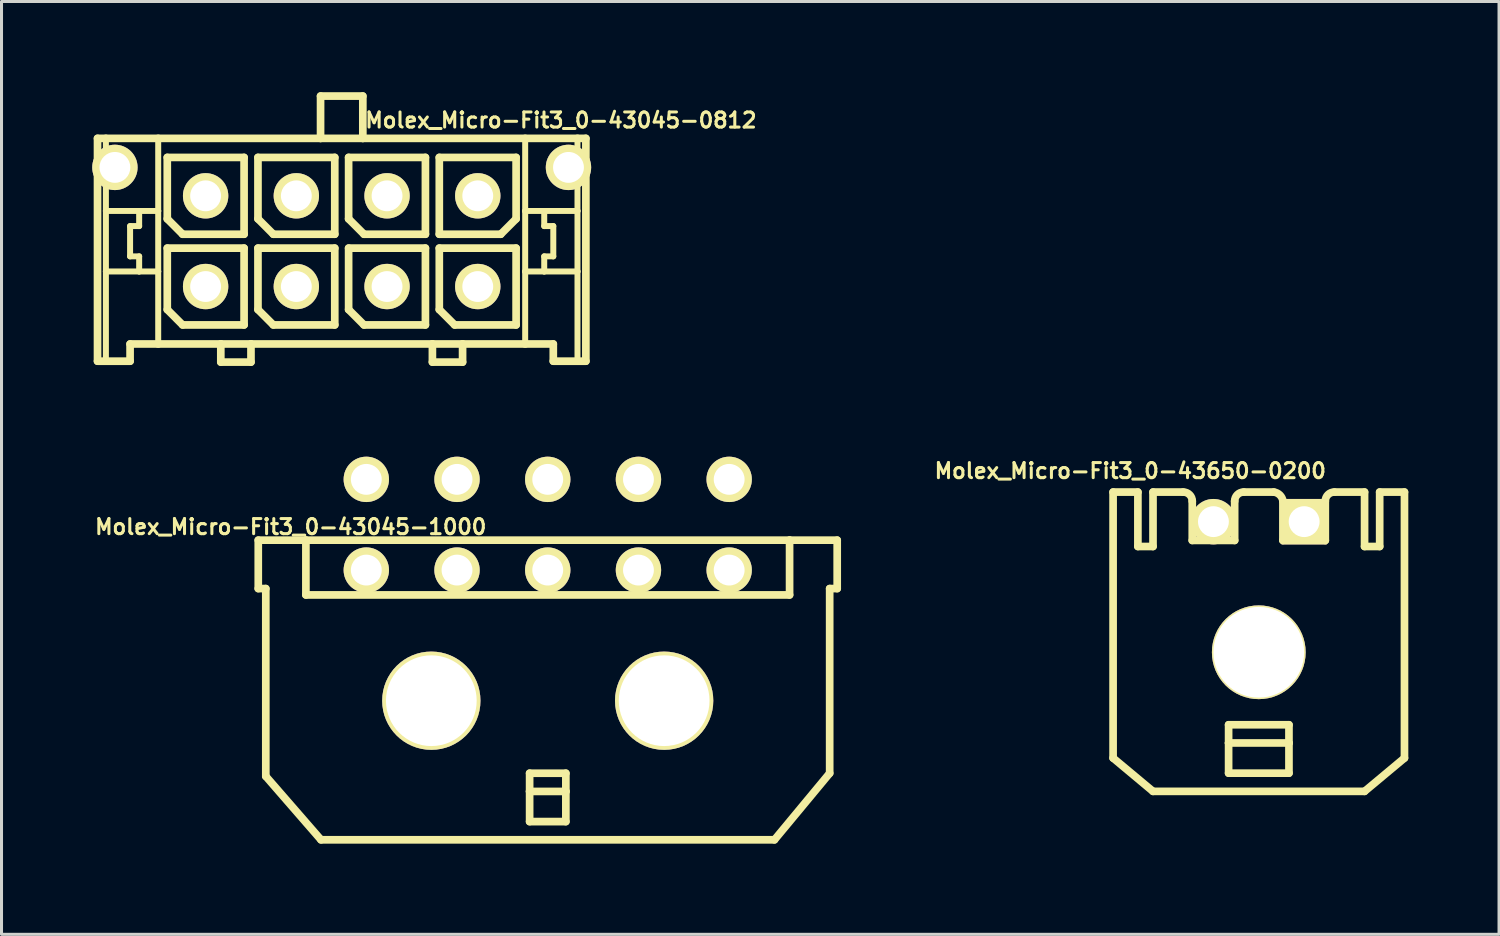
<source format=kicad_pcb>
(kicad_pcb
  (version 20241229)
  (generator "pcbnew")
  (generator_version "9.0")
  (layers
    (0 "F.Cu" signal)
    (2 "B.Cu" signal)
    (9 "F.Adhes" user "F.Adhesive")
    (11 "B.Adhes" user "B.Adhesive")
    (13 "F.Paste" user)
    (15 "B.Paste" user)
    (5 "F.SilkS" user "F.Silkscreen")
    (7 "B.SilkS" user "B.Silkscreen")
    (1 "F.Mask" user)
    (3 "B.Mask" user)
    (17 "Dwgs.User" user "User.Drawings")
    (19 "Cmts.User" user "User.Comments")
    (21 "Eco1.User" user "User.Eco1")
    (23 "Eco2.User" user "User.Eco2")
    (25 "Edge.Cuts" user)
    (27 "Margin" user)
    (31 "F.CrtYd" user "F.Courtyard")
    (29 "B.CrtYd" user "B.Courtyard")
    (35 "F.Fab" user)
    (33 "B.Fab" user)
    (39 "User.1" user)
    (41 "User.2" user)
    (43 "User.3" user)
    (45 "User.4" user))
  (footprint "Molex_Micro-Fit3_0-43650-0200"
    (layer "F.Cu")
    (at 38.579 18.521)
    (property "Reference" "Molex_Micro-Fit3_0-43650-0200" (at -4.25 -6 180) (layer "F.SilkS") (effects (font (size 0.5 0.5) (thickness 0.1))))
    (attr exclude_from_pos_files exclude_from_bom)
    (fp_line (start -4.818 -5.298) (end -3.998 -5.298) (stroke (width 0.254) (type solid)) (layer "F.SilkS"))
    (fp_line (start -4.818 3.498) (end -4.818 -5.298) (stroke (width 0.254) (type solid)) (layer "F.SilkS"))
    (fp_line (start -4.818 3.498) (end -3.498 4.6) (stroke (width 0.254) (type solid)) (layer "F.SilkS"))
    (fp_line (start -3.998 -5.298) (end -3.998 -3.498) (stroke (width 0.254) (type solid)) (layer "F.SilkS"))
    (fp_line (start -3.998 -3.498) (end -3.498 -3.498) (stroke (width 0.254) (type solid)) (layer "F.SilkS"))
    (fp_line (start -3.498 -5.298) (end -2.499 -5.298) (stroke (width 0.254) (type solid)) (layer "F.SilkS"))
    (fp_line (start -3.498 -3.498) (end -3.498 -5.298) (stroke (width 0.254) (type solid)) (layer "F.SilkS"))
    (fp_line (start -2.2 -3.698) (end -2.2 -4.999) (stroke (width 0.254) (type solid)) (layer "F.SilkS"))
    (fp_line (start -2.2 -3.698) (end -0.798 -3.698) (stroke (width 0.254) (type solid)) (layer "F.SilkS"))
    (fp_line (start -0.998 2.398) (end 0.998 2.398) (stroke (width 0.254) (type solid)) (layer "F.SilkS"))
    (fp_line (start -0.998 3) (end -0.998 2.398) (stroke (width 0.254) (type solid)) (layer "F.SilkS"))
    (fp_line (start -0.998 3) (end 0.998 3) (stroke (width 0.254) (type solid)) (layer "F.SilkS"))
    (fp_line (start -0.998 3.998) (end -0.998 3) (stroke (width 0.254) (type solid)) (layer "F.SilkS"))
    (fp_line (start -0.798 -3.698) (end -0.798 -4.999) (stroke (width 0.254) (type solid)) (layer "F.SilkS"))
    (fp_line (start -0.498 -5.298) (end 0.498 -5.298) (stroke (width 0.254) (type solid)) (layer "F.SilkS"))
    (fp_line (start 0.798 -4.999) (end 0.798 -3.698) (stroke (width 0.254) (type solid)) (layer "F.SilkS"))
    (fp_line (start 0.798 -3.698) (end 2.2 -3.698) (stroke (width 0.254) (type solid)) (layer "F.SilkS"))
    (fp_line (start 0.998 2.398) (end 0.998 3) (stroke (width 0.254) (type solid)) (layer "F.SilkS"))
    (fp_line (start 0.998 3) (end 0.998 3.998) (stroke (width 0.254) (type solid)) (layer "F.SilkS"))
    (fp_line (start 0.998 3.998) (end -0.998 3.998) (stroke (width 0.254) (type solid)) (layer "F.SilkS"))
    (fp_line (start 2.2 -3.698) (end 2.2 -4.999) (stroke (width 0.254) (type solid)) (layer "F.SilkS"))
    (fp_line (start 2.499 -5.298) (end 3.498 -5.298) (stroke (width 0.254) (type solid)) (layer "F.SilkS"))
    (fp_line (start 3.498 -3.498) (end 3.498 -5.298) (stroke (width 0.254) (type solid)) (layer "F.SilkS"))
    (fp_line (start 3.498 4.6) (end -3.498 4.6) (stroke (width 0.254) (type solid)) (layer "F.SilkS"))
    (fp_line (start 3.998 -5.298) (end 3.998 -3.498) (stroke (width 0.254) (type solid)) (layer "F.SilkS"))
    (fp_line (start 3.998 -5.298) (end 4.818 -5.298) (stroke (width 0.254) (type solid)) (layer "F.SilkS"))
    (fp_line (start 3.998 -3.498) (end 3.498 -3.498) (stroke (width 0.254) (type solid)) (layer "F.SilkS"))
    (fp_line (start 4.818 -5.298) (end 4.818 3.498) (stroke (width 0.254) (type solid)) (layer "F.SilkS"))
    (fp_line (start 4.818 3.498) (end 3.498 4.6) (stroke (width 0.254) (type solid)) (layer "F.SilkS"))
    (fp_arc (start -2.49936 -5.29844) (mid -2.287426 -5.210654) (end -2.19964 -4.99872) (stroke (width 0.254) (type solid)) (layer "F.SilkS"))
    (fp_arc (start -0.79756 -4.99872) (mid -0.709774 -5.210654) (end -0.49784 -5.29844) (stroke (width 0.254) (type solid)) (layer "F.SilkS"))
    (fp_arc (start 0.49784 -5.29844) (mid 0.698413 -5.199466) (end 0.799556 -4.999979) (stroke (width 0.254) (type solid)) (layer "F.SilkS"))
    (fp_arc (start 2.19964 -4.99872) (mid 2.287426 -5.210654) (end 2.49936 -5.29844) (stroke (width 0.254) (type solid)) (layer "F.SilkS"))
    (pad "1" thru_hole rect (at 1.5 -4.32) (size 1.5 1.5) (drill 1.02) (layers "*.Cu" "*.Mask" "F.SilkS" "F.Paste"))
    (pad "2" thru_hole circle (at -1.5 -4.32) (size 1.5 1.5) (drill 1.02) (layers "*.Cu" "*.Mask" "F.SilkS" "F.Paste"))
    (pad "3" thru_hole circle (at 0 0) (size 3.1 3.1) (drill 3) (layers "*.Cu" "*.Mask" "F.SilkS" "F.Paste")))
  (footprint "Molex_Micro-Fit3_0-43045-1000"
    (layer "F.Cu")
    (at 15.064 20.123)
    (property "Reference" "Molex_Micro-Fit3_0-43045-1000" (at -8.5 -5.75 0) (layer "F.SilkS") (effects (font (size 0.5 0.5) (thickness 0.1))))
    (attr exclude_from_pos_files exclude_from_bom)
    (fp_line (start -9.573 -5.309) (end -9.573 -3.708) (stroke (width 0.254) (type solid)) (layer "F.SilkS"))
    (fp_line (start -9.573 -3.708) (end -9.324 -3.708) (stroke (width 0.254) (type solid)) (layer "F.SilkS"))
    (fp_line (start -9.324 2.499) (end -9.324 -3.708) (stroke (width 0.254) (type solid)) (layer "F.SilkS"))
    (fp_line (start -9.324 2.499) (end -7.498 4.6) (stroke (width 0.254) (type solid)) (layer "F.SilkS"))
    (fp_line (start -7.998 -5.309) (end -9.573 -5.309) (stroke (width 0.254) (type solid)) (layer "F.SilkS"))
    (fp_line (start -7.998 -5.309) (end -7.998 -3.498) (stroke (width 0.254) (type solid)) (layer "F.SilkS"))
    (fp_line (start -7.998 -5.309) (end 7.998 -5.309) (stroke (width 0.254) (type solid)) (layer "F.SilkS"))
    (fp_line (start -7.998 -3.498) (end 7.998 -3.498) (stroke (width 0.254) (type solid)) (layer "F.SilkS"))
    (fp_line (start -4.829 -5.309) (end -7.998 -5.309) (stroke (width 0.127) (type solid)) (layer "F.SilkS"))
    (fp_line (start -4.823 -5.309) (end -7.998 -5.309) (stroke (width 0.127) (type solid)) (layer "F.SilkS"))
    (fp_line (start -0.599 2.398) (end 0.599 2.398) (stroke (width 0.254) (type solid)) (layer "F.SilkS"))
    (fp_line (start -0.599 3) (end -0.599 2.398) (stroke (width 0.254) (type solid)) (layer "F.SilkS"))
    (fp_line (start -0.599 3) (end 0.599 3) (stroke (width 0.254) (type solid)) (layer "F.SilkS"))
    (fp_line (start -0.599 3.998) (end -0.599 3) (stroke (width 0.254) (type solid)) (layer "F.SilkS"))
    (fp_line (start 0.599 2.398) (end 0.599 3) (stroke (width 0.254) (type solid)) (layer "F.SilkS"))
    (fp_line (start 0.599 3) (end 0.599 3.998) (stroke (width 0.254) (type solid)) (layer "F.SilkS"))
    (fp_line (start 0.599 3.998) (end -0.599 3.998) (stroke (width 0.254) (type solid)) (layer "F.SilkS"))
    (fp_line (start 7.498 4.6) (end -7.498 4.6) (stroke (width 0.254) (type solid)) (layer "F.SilkS"))
    (fp_line (start 7.998 -5.309) (end 9.573 -5.309) (stroke (width 0.254) (type solid)) (layer "F.SilkS"))
    (fp_line (start 7.998 -3.498) (end 7.998 -5.309) (stroke (width 0.254) (type solid)) (layer "F.SilkS"))
    (fp_line (start 9.324 -3.708) (end 9.324 2.398) (stroke (width 0.254) (type solid)) (layer "F.SilkS"))
    (fp_line (start 9.324 2.398) (end 7.498 4.6) (stroke (width 0.254) (type solid)) (layer "F.SilkS"))
    (fp_line (start 9.573 -5.309) (end 9.573 -3.708) (stroke (width 0.254) (type solid)) (layer "F.SilkS"))
    (fp_line (start 9.573 -3.708) (end 9.324 -3.708) (stroke (width 0.254) (type solid)) (layer "F.SilkS"))
    (pad "1" thru_hole circle (at 6 -4.32) (size 1.5 1.5) (drill 1.02) (layers "*.Cu" "F.Mask" "F.SilkS" "F.Paste"))
    (pad "2" thru_hole circle (at 3 -4.32) (size 1.5 1.5) (drill 1.02) (layers "*.Cu" "F.Mask" "F.SilkS" "F.Paste"))
    (pad "3" thru_hole circle (at 0 -4.32) (size 1.5 1.5) (drill 1.02) (layers "*.Cu" "F.Mask" "F.SilkS" "F.Paste"))
    (pad "4" thru_hole circle (at -3 -4.32) (size 1.5 1.5) (drill 1.02) (layers "*.Cu" "F.Mask" "F.SilkS" "F.Paste"))
    (pad "5" thru_hole circle (at -6 -4.32) (size 1.5 1.5) (drill 1.02) (layers "*.Cu" "F.Mask" "F.SilkS" "F.Paste"))
    (pad "6" thru_hole circle (at 6 -7.32) (size 1.5 1.5) (drill 1.02) (layers "*.Cu" "F.Mask" "F.SilkS" "F.Paste"))
    (pad "7" thru_hole circle (at 3 -7.32) (size 1.5 1.5) (drill 1.02) (layers "*.Cu" "F.Mask" "F.SilkS" "F.Paste"))
    (pad "8" thru_hole circle (at 0 -7.32) (size 1.5 1.5) (drill 1.02) (layers "*.Cu" "F.Mask" "F.SilkS" "F.Paste"))
    (pad "9" thru_hole circle (at -3 -7.32) (size 1.5 1.5) (drill 1.02) (layers "*.Cu" "F.Mask" "F.SilkS" "F.Paste"))
    (pad "10" thru_hole circle (at -6 -7.32) (size 1.5 1.5) (drill 1.02) (layers "*.Cu" "F.Mask" "F.SilkS" "F.Paste"))
    (pad "TAB" thru_hole circle (at -3.85 0) (size 3.25 3.25) (drill 3) (layers "*.Cu" "F.Mask" "F.SilkS" "F.Paste"))
    (pad "TAB" thru_hole circle (at 3.85 0) (size 3.25 3.25) (drill 3) (layers "*.Cu" "F.Mask" "F.SilkS" "F.Paste")))
  (footprint "Molex_Micro-Fit3_0-43045-0812"
    (layer "F.Cu")
    (at 8.25 4.926)
    (property "Reference" "Molex_Micro-Fit3_0-43045-0812" (at 7.25 -4 0) (layer "F.SilkS") (effects (font (size 0.5 0.5) (thickness 0.1))))
    (attr exclude_from_pos_files exclude_from_bom)
    (fp_line (start -8.075 -3.4) (end -7.798 -3.4) (stroke (width 0.254) (type solid)) (layer "F.SilkS"))
    (fp_line (start -8.075 3.969) (end -8.075 -3.4) (stroke (width 0.254) (type solid)) (layer "F.SilkS"))
    (fp_line (start -7.798 -3.4) (end -6.068 -3.4) (stroke (width 0.254) (type solid)) (layer "F.SilkS"))
    (fp_line (start -7.798 -0.999) (end -7.798 -3.4) (stroke (width 0.198) (type solid)) (layer "F.SilkS"))
    (fp_line (start -7.798 1.002) (end -7.798 -0.999) (stroke (width 0.198) (type solid)) (layer "F.SilkS"))
    (fp_line (start -7.798 3.969) (end -8.075 3.969) (stroke (width 0.254) (type solid)) (layer "F.SilkS"))
    (fp_line (start -7.798 3.969) (end -7.798 1.002) (stroke (width 0.198) (type solid)) (layer "F.SilkS"))
    (fp_line (start -6.998 -0.499) (end -6.998 0.502) (stroke (width 0.198) (type solid)) (layer "F.SilkS"))
    (fp_line (start -6.998 0.502) (end -6.698 0.502) (stroke (width 0.198) (type solid)) (layer "F.SilkS"))
    (fp_line (start -6.998 3.4) (end -6.998 3.969) (stroke (width 0.254) (type solid)) (layer "F.SilkS"))
    (fp_line (start -6.998 3.969) (end -7.798 3.969) (stroke (width 0.254) (type solid)) (layer "F.SilkS"))
    (fp_line (start -6.698 -0.999) (end -7.798 -0.999) (stroke (width 0.198) (type solid)) (layer "F.SilkS"))
    (fp_line (start -6.698 -0.999) (end -6.698 -0.499) (stroke (width 0.198) (type solid)) (layer "F.SilkS"))
    (fp_line (start -6.698 -0.499) (end -6.998 -0.499) (stroke (width 0.198) (type solid)) (layer "F.SilkS"))
    (fp_line (start -6.698 0.502) (end -6.698 1.002) (stroke (width 0.198) (type solid)) (layer "F.SilkS"))
    (fp_line (start -6.698 1.002) (end -7.798 1.002) (stroke (width 0.198) (type solid)) (layer "F.SilkS"))
    (fp_line (start -6.068 -3.4) (end -0.699 -3.4) (stroke (width 0.254) (type solid)) (layer "F.SilkS"))
    (fp_line (start -6.068 -0.999) (end -6.698 -0.999) (stroke (width 0.198) (type solid)) (layer "F.SilkS"))
    (fp_line (start -6.068 -0.999) (end -6.068 -3.4) (stroke (width 0.198) (type solid)) (layer "F.SilkS"))
    (fp_line (start -6.068 1.002) (end -6.698 1.002) (stroke (width 0.198) (type solid)) (layer "F.SilkS"))
    (fp_line (start -6.068 1.002) (end -6.068 -0.999) (stroke (width 0.198) (type solid)) (layer "F.SilkS"))
    (fp_line (start -6.068 3.4) (end -6.998 3.4) (stroke (width 0.254) (type solid)) (layer "F.SilkS"))
    (fp_line (start -6.068 3.4) (end -6.068 1.002) (stroke (width 0.198) (type solid)) (layer "F.SilkS"))
    (fp_line (start -5.768 -2.77) (end -3.228 -2.77) (stroke (width 0.254) (type solid)) (layer "F.SilkS"))
    (fp_line (start -5.768 -0.738) (end -5.768 -2.77) (stroke (width 0.254) (type solid)) (layer "F.SilkS"))
    (fp_line (start -5.768 0.23) (end -3.228 0.23) (stroke (width 0.254) (type solid)) (layer "F.SilkS"))
    (fp_line (start -5.768 2.262) (end -5.768 0.23) (stroke (width 0.254) (type solid)) (layer "F.SilkS"))
    (fp_line (start -5.26 -0.23) (end -5.768 -0.738) (stroke (width 0.254) (type solid)) (layer "F.SilkS"))
    (fp_line (start -5.26 2.77) (end -5.768 2.262) (stroke (width 0.254) (type solid)) (layer "F.SilkS"))
    (fp_line (start -3.998 3.4) (end -6.068 3.4) (stroke (width 0.254) (type solid)) (layer "F.SilkS"))
    (fp_line (start -3.998 3.4) (end -3.998 3.999) (stroke (width 0.254) (type solid)) (layer "F.SilkS"))
    (fp_line (start -3.998 3.999) (end -3 3.999) (stroke (width 0.254) (type solid)) (layer "F.SilkS"))
    (fp_line (start -3.228 -2.77) (end -3.228 -0.23) (stroke (width 0.254) (type solid)) (layer "F.SilkS"))
    (fp_line (start -3.228 -0.23) (end -5.26 -0.23) (stroke (width 0.254) (type solid)) (layer "F.SilkS"))
    (fp_line (start -3.228 0.23) (end -3.228 2.77) (stroke (width 0.254) (type solid)) (layer "F.SilkS"))
    (fp_line (start -3.228 2.77) (end -5.26 2.77) (stroke (width 0.254) (type solid)) (layer "F.SilkS"))
    (fp_line (start -3 3.4) (end -3.998 3.4) (stroke (width 0.254) (type solid)) (layer "F.SilkS"))
    (fp_line (start -3 3.999) (end -3 3.4) (stroke (width 0.254) (type solid)) (layer "F.SilkS"))
    (fp_line (start -2.769 -2.77) (end -0.229 -2.77) (stroke (width 0.254) (type solid)) (layer "F.SilkS"))
    (fp_line (start -2.769 -0.738) (end -2.769 -2.77) (stroke (width 0.254) (type solid)) (layer "F.SilkS"))
    (fp_line (start -2.769 0.23) (end -0.229 0.23) (stroke (width 0.254) (type solid)) (layer "F.SilkS"))
    (fp_line (start -2.769 2.262) (end -2.769 0.23) (stroke (width 0.254) (type solid)) (layer "F.SilkS"))
    (fp_line (start -2.261 -0.23) (end -2.769 -0.738) (stroke (width 0.254) (type solid)) (layer "F.SilkS"))
    (fp_line (start -2.261 2.77) (end -2.769 2.262) (stroke (width 0.254) (type solid)) (layer "F.SilkS"))
    (fp_line (start -0.699 -4.799) (end -0.699 -3.4) (stroke (width 0.254) (type solid)) (layer "F.SilkS"))
    (fp_line (start -0.699 -4.799) (end 0.699 -4.799) (stroke (width 0.254) (type solid)) (layer "F.SilkS"))
    (fp_line (start -0.699 -3.4) (end 0.699 -3.4) (stroke (width 0.254) (type solid)) (layer "F.SilkS"))
    (fp_line (start -0.229 -2.77) (end -0.229 -0.23) (stroke (width 0.254) (type solid)) (layer "F.SilkS"))
    (fp_line (start -0.229 -0.23) (end -2.261 -0.23) (stroke (width 0.254) (type solid)) (layer "F.SilkS"))
    (fp_line (start -0.229 0.23) (end -0.229 2.77) (stroke (width 0.254) (type solid)) (layer "F.SilkS"))
    (fp_line (start -0.229 2.77) (end -2.261 2.77) (stroke (width 0.254) (type solid)) (layer "F.SilkS"))
    (fp_line (start 0.229 -2.77) (end 2.769 -2.77) (stroke (width 0.254) (type solid)) (layer "F.SilkS"))
    (fp_line (start 0.229 -0.738) (end 0.229 -2.77) (stroke (width 0.254) (type solid)) (layer "F.SilkS"))
    (fp_line (start 0.229 0.23) (end 2.769 0.23) (stroke (width 0.254) (type solid)) (layer "F.SilkS"))
    (fp_line (start 0.229 2.262) (end 0.229 0.23) (stroke (width 0.254) (type solid)) (layer "F.SilkS"))
    (fp_line (start 0.699 -4.799) (end 0.699 -3.4) (stroke (width 0.254) (type solid)) (layer "F.SilkS"))
    (fp_line (start 0.699 -3.4) (end 6.068 -3.4) (stroke (width 0.254) (type solid)) (layer "F.SilkS"))
    (fp_line (start 0.737 -0.23) (end 0.229 -0.738) (stroke (width 0.254) (type solid)) (layer "F.SilkS"))
    (fp_line (start 0.737 2.77) (end 0.229 2.262) (stroke (width 0.254) (type solid)) (layer "F.SilkS"))
    (fp_line (start 2.769 -2.77) (end 2.769 -0.23) (stroke (width 0.254) (type solid)) (layer "F.SilkS"))
    (fp_line (start 2.769 -0.23) (end 0.737 -0.23) (stroke (width 0.254) (type solid)) (layer "F.SilkS"))
    (fp_line (start 2.769 0.23) (end 2.769 2.77) (stroke (width 0.254) (type solid)) (layer "F.SilkS"))
    (fp_line (start 2.769 2.77) (end 0.737 2.77) (stroke (width 0.254) (type solid)) (layer "F.SilkS"))
    (fp_line (start 3 3.4) (end -3 3.4) (stroke (width 0.254) (type solid)) (layer "F.SilkS"))
    (fp_line (start 3 3.4) (end 3 3.999) (stroke (width 0.254) (type solid)) (layer "F.SilkS"))
    (fp_line (start 3 3.999) (end 3.998 3.999) (stroke (width 0.254) (type solid)) (layer "F.SilkS"))
    (fp_line (start 3.228 -2.77) (end 3.228 -0.23) (stroke (width 0.254) (type solid)) (layer "F.SilkS"))
    (fp_line (start 3.228 -0.23) (end 5.26 -0.23) (stroke (width 0.254) (type solid)) (layer "F.SilkS"))
    (fp_line (start 3.228 0.23) (end 5.768 0.23) (stroke (width 0.254) (type solid)) (layer "F.SilkS"))
    (fp_line (start 3.228 2.262) (end 3.228 0.23) (stroke (width 0.254) (type solid)) (layer "F.SilkS"))
    (fp_line (start 3.736 2.77) (end 3.228 2.262) (stroke (width 0.254) (type solid)) (layer "F.SilkS"))
    (fp_line (start 3.998 3.4) (end 3 3.4) (stroke (width 0.254) (type solid)) (layer "F.SilkS"))
    (fp_line (start 3.998 3.999) (end 3.998 3.4) (stroke (width 0.254) (type solid)) (layer "F.SilkS"))
    (fp_line (start 5.26 -0.23) (end 5.768 -0.738) (stroke (width 0.254) (type solid)) (layer "F.SilkS"))
    (fp_line (start 5.768 -2.77) (end 3.228 -2.77) (stroke (width 0.254) (type solid)) (layer "F.SilkS"))
    (fp_line (start 5.768 -0.738) (end 5.768 -2.77) (stroke (width 0.254) (type solid)) (layer "F.SilkS"))
    (fp_line (start 5.768 0.23) (end 5.768 2.77) (stroke (width 0.254) (type solid)) (layer "F.SilkS"))
    (fp_line (start 5.768 2.77) (end 3.736 2.77) (stroke (width 0.254) (type solid)) (layer "F.SilkS"))
    (fp_line (start 6.068 -3.4) (end 6.068 -0.999) (stroke (width 0.198) (type solid)) (layer "F.SilkS"))
    (fp_line (start 6.068 -3.4) (end 7.798 -3.4) (stroke (width 0.254) (type solid)) (layer "F.SilkS"))
    (fp_line (start 6.068 -0.999) (end 6.068 1.002) (stroke (width 0.198) (type solid)) (layer "F.SilkS"))
    (fp_line (start 6.068 -0.999) (end 6.698 -0.999) (stroke (width 0.198) (type solid)) (layer "F.SilkS"))
    (fp_line (start 6.068 1.002) (end 6.068 3.4) (stroke (width 0.198) (type solid)) (layer "F.SilkS"))
    (fp_line (start 6.068 1.002) (end 6.698 1.002) (stroke (width 0.198) (type solid)) (layer "F.SilkS"))
    (fp_line (start 6.068 3.4) (end 3.998 3.4) (stroke (width 0.254) (type solid)) (layer "F.SilkS"))
    (fp_line (start 6.698 -0.999) (end 6.698 -0.499) (stroke (width 0.198) (type solid)) (layer "F.SilkS"))
    (fp_line (start 6.698 -0.999) (end 7.798 -0.999) (stroke (width 0.198) (type solid)) (layer "F.SilkS"))
    (fp_line (start 6.698 -0.499) (end 6.998 -0.499) (stroke (width 0.198) (type solid)) (layer "F.SilkS"))
    (fp_line (start 6.698 0.502) (end 6.698 1.002) (stroke (width 0.198) (type solid)) (layer "F.SilkS"))
    (fp_line (start 6.698 1.002) (end 7.798 1.002) (stroke (width 0.198) (type solid)) (layer "F.SilkS"))
    (fp_line (start 6.998 -0.499) (end 6.998 0.502) (stroke (width 0.198) (type solid)) (layer "F.SilkS"))
    (fp_line (start 6.998 0.502) (end 6.698 0.502) (stroke (width 0.198) (type solid)) (layer "F.SilkS"))
    (fp_line (start 6.998 3.4) (end 6.068 3.4) (stroke (width 0.254) (type solid)) (layer "F.SilkS"))
    (fp_line (start 6.998 3.969) (end 6.998 3.4) (stroke (width 0.254) (type solid)) (layer "F.SilkS"))
    (fp_line (start 6.998 3.969) (end 7.798 3.969) (stroke (width 0.254) (type solid)) (layer "F.SilkS"))
    (fp_line (start 7.798 -3.4) (end 8.075 -3.4) (stroke (width 0.254) (type solid)) (layer "F.SilkS"))
    (fp_line (start 7.798 -0.999) (end 7.798 -3.4) (stroke (width 0.198) (type solid)) (layer "F.SilkS"))
    (fp_line (start 7.798 1.002) (end 7.798 -0.999) (stroke (width 0.198) (type solid)) (layer "F.SilkS"))
    (fp_line (start 7.798 3.969) (end 7.798 1.002) (stroke (width 0.198) (type solid)) (layer "F.SilkS"))
    (fp_line (start 7.798 3.969) (end 8.075 3.969) (stroke (width 0.254) (type solid)) (layer "F.SilkS"))
    (fp_line (start 8.075 -3.4) (end 8.075 3.969) (stroke (width 0.254) (type solid)) (layer "F.SilkS"))
    (pad "1" thru_hole circle (at 4.5 1.5) (size 1.5 1.5) (drill 1.02) (layers "*.Cu" "F.Mask" "F.SilkS" "F.Paste"))
    (pad "2" thru_hole circle (at 1.5 1.5) (size 1.5 1.5) (drill 1.02) (layers "*.Cu" "F.Mask" "F.SilkS" "F.Paste"))
    (pad "3" thru_hole circle (at -1.5 1.5) (size 1.5 1.5) (drill 1.02) (layers "*.Cu" "F.Mask" "F.SilkS" "F.Paste"))
    (pad "4" thru_hole circle (at -4.5 1.5) (size 1.5 1.5) (drill 1.02) (layers "*.Cu" "F.Mask" "F.SilkS" "F.Paste"))
    (pad "5" thru_hole circle (at 4.5 -1.5) (size 1.5 1.5) (drill 1.02) (layers "*.Cu" "F.Mask" "F.SilkS" "F.Paste"))
    (pad "6" thru_hole circle (at 1.5 -1.5) (size 1.5 1.5) (drill 1.02) (layers "*.Cu" "F.Mask" "F.SilkS" "F.Paste"))
    (pad "7" thru_hole circle (at -1.5 -1.5) (size 1.5 1.5) (drill 1.02) (layers "*.Cu" "F.Mask" "F.SilkS" "F.Paste"))
    (pad "8" thru_hole circle (at -4.5 -1.5) (size 1.5 1.5) (drill 1.02) (layers "*.Cu" "F.Mask" "F.SilkS" "F.Paste"))
    (pad "TAB" thru_hole circle (at -7.5 -2.44) (size 1.5 1.5) (drill 1.02) (layers "*.Cu" "F.Mask" "F.SilkS" "F.Paste"))
    (pad "TAB" thru_hole circle (at 7.5 -2.44) (size 1.5 1.5) (drill 1.02) (layers "*.Cu" "F.Mask" "F.SilkS" "F.Paste")))
  (gr_rect
    (start -3 -3)
    (end 46.524 27.849)
    (stroke (width 0.1) (type default))
    (fill no)
    (layer "Edge.Cuts")))
</source>
